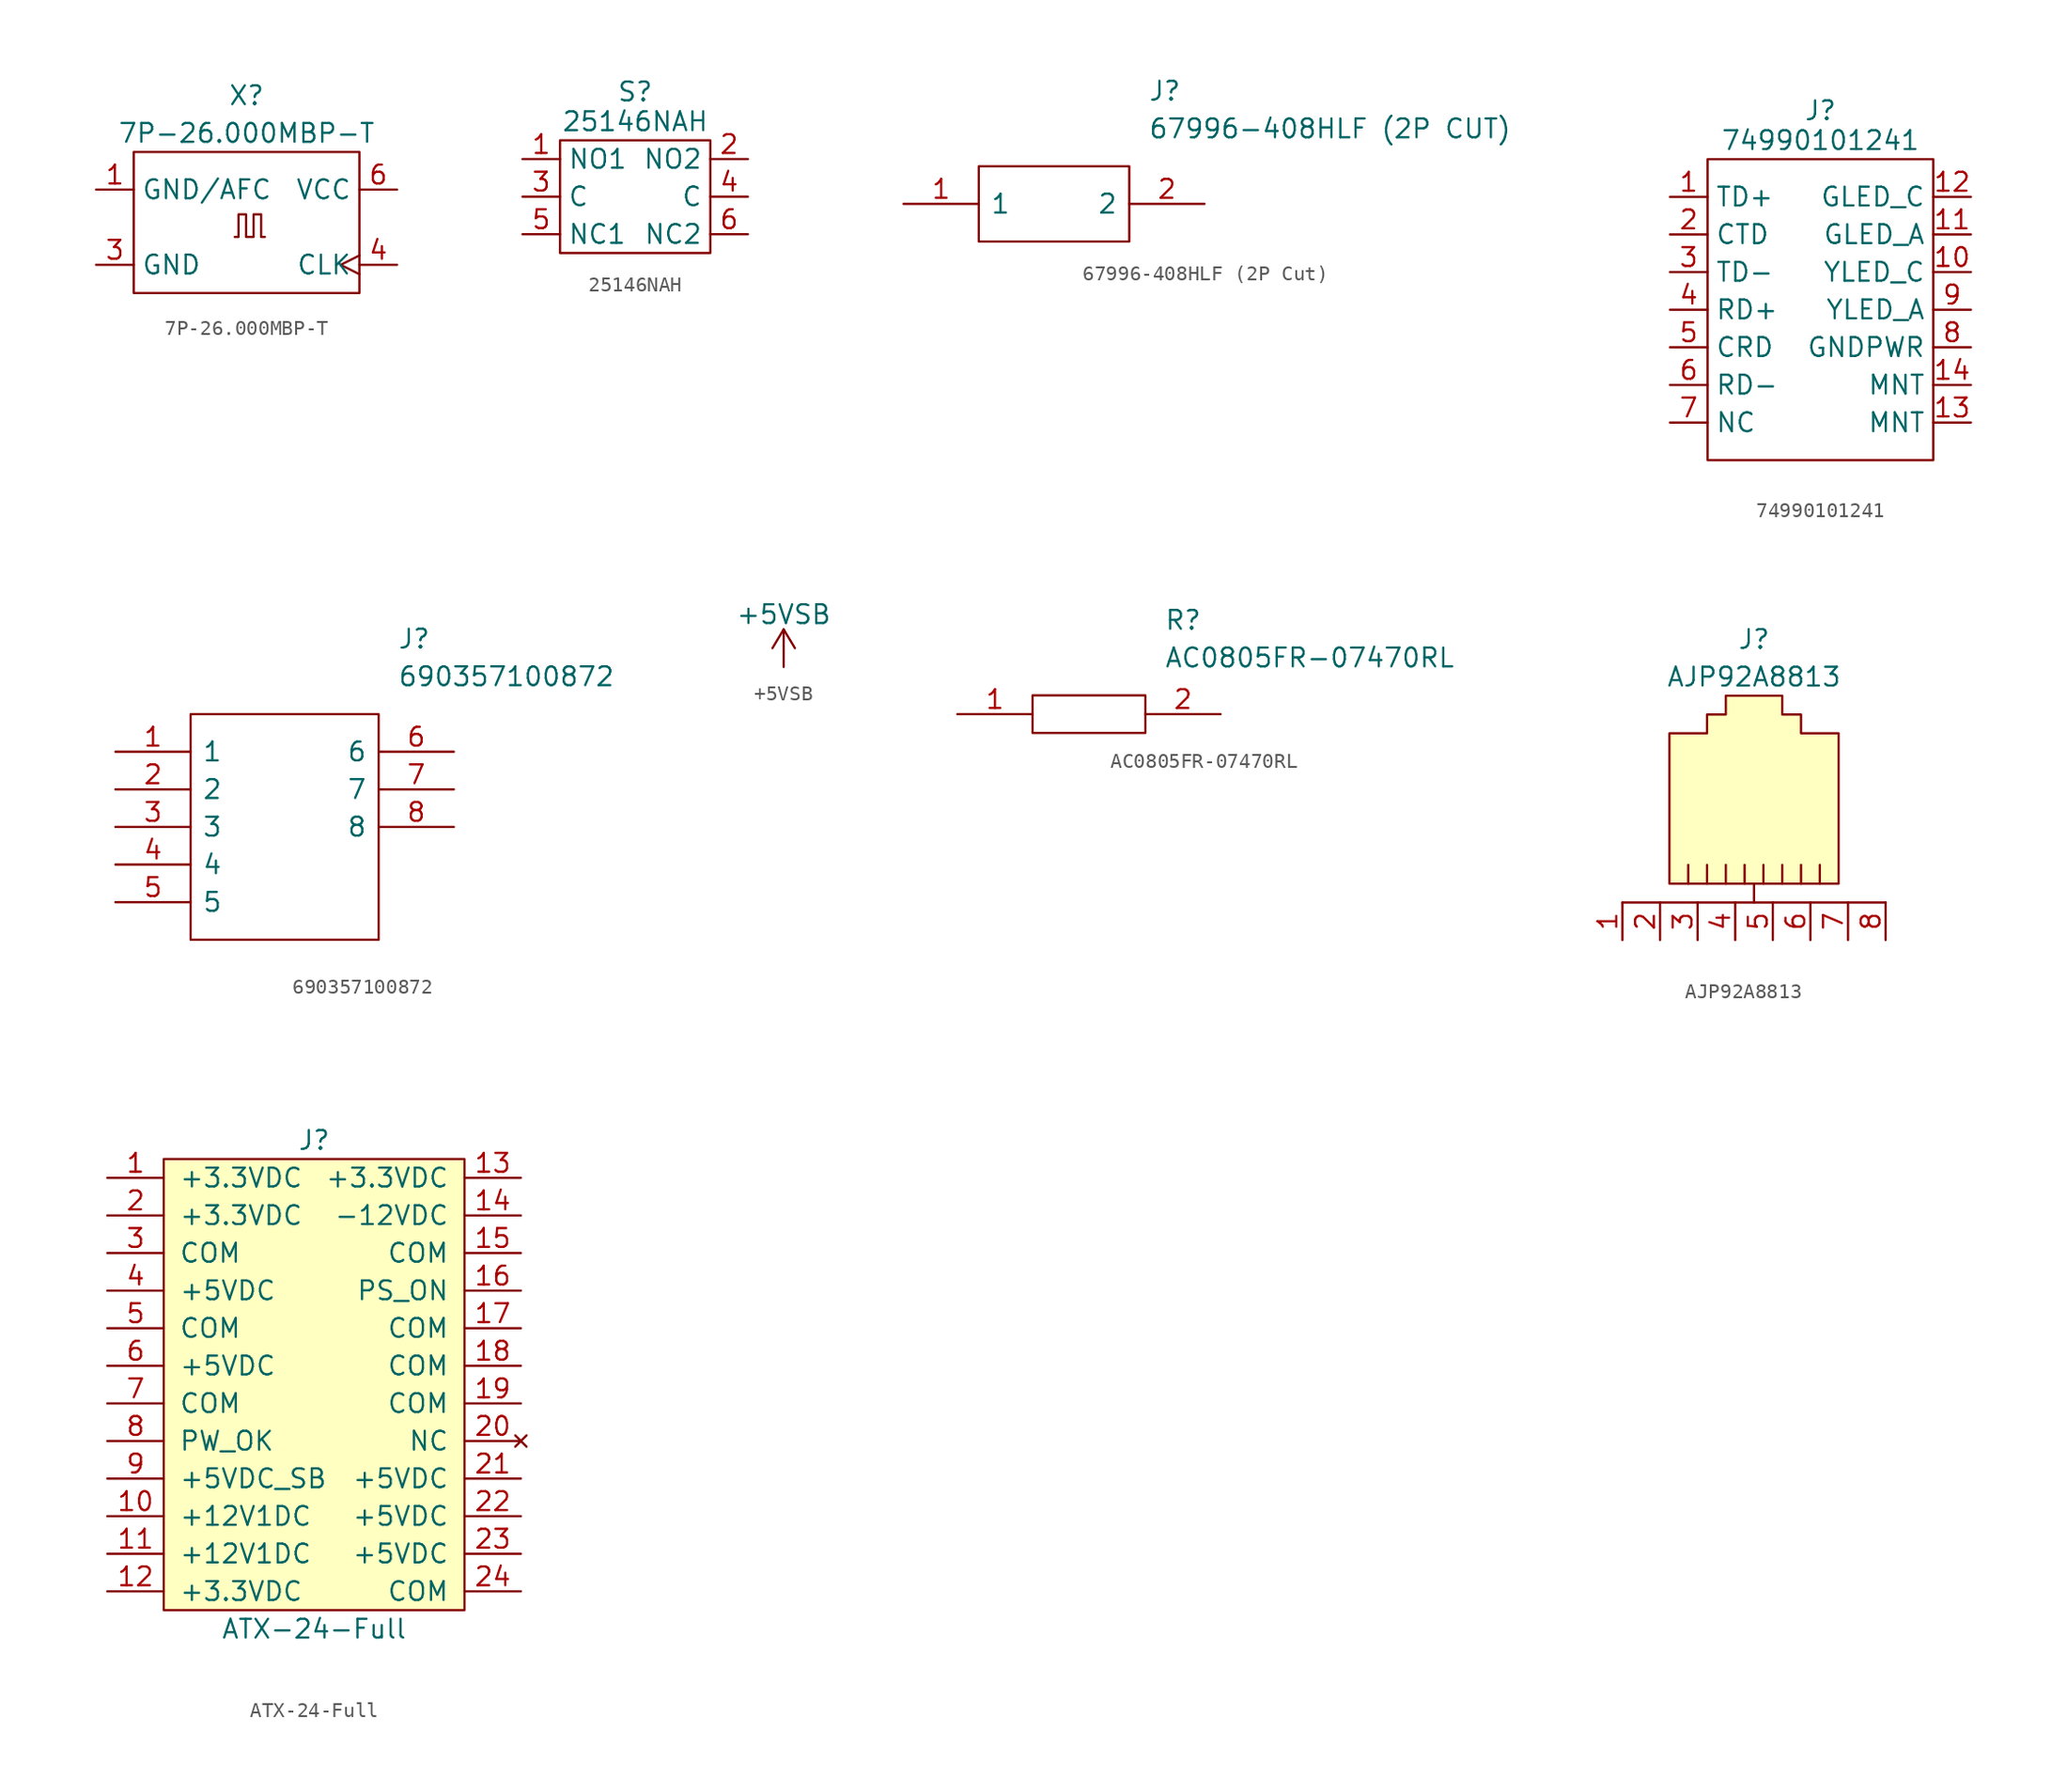
<source format=kicad_sym>
(kicad_symbol_lib
  (version 20231120)
  (generator "kicad_symbol_editor")
  (generator_version "8.0")
  (symbol "7P-26.000MBP-T"
    (property "Reference" "X"
      (at 10.16 3.81 0)
      (effects (font (size 1.27 1.27))))
    (property "Value" "7P-26.000MBP-T"
      (at 10.16 1.27 0)
      (effects (font (size 1.27 1.27))))
    (symbol "7P-26.000MBP-T_0_1"
      (polyline (pts (xy 9.363 -5.736) (xy 9.617 -5.736) (xy 9.617 -4.212) (xy 10.125 -4.212) (xy 10.125 -5.736) (xy 10.633 -5.736) (xy 10.633 -4.212) (xy 11.141 -4.212) (xy 11.141 -5.736) (xy 11.395 -5.736)) (stroke (width 0) (type default)) (fill (type none)))
      (rectangle (start 2.54 0) (end 17.78 -9.525) (stroke (width 0) (type default)) (fill (type none))))
    (symbol "7P-26.000MBP-T_1_1"
      (pin power_out line (at 0 -2.54 0) (length 2.54) (name "GND/AFC" (effects (font (size 1.27 1.27)))) (number "1" (effects (font (size 1.27 1.27)))))
      (pin power_out line (at 0 -7.62 0) (length 2.54) (name "GND" (effects (font (size 1.27 1.27)))) (number "3" (effects (font (size 1.27 1.27)))))
      (pin output clock (at 20.32 -7.62 180) (length 2.54) (name "CLK" (effects (font (size 1.27 1.27)))) (number "4" (effects (font (size 1.27 1.27)))))
      (pin power_in line (at 20.32 -2.54 180) (length 2.54) (name "VCC" (effects (font (size 1.27 1.27)))) (number "6" (effects (font (size 1.27 1.27)))))))
  (symbol "25146NAH"
    (property "Reference" "S"
      (at 7.62 3.81 0)
      (effects (font (size 1.27 1.27)) (justify bottom)))
    (property "Value" "25146NAH"
      (at 7.62 2.54 0)
      (effects (font (size 1.27 1.27))))
    (symbol "25146NAH_0_1"
      (rectangle (start 2.54 1.27) (end 12.7 -6.35) (stroke (width 0) (type default)) (fill (type none))))
    (symbol "25146NAH_1_1"
      (pin passive line (at 0 0 0) (length 2.54) (name "NO1" (effects (font (size 1.27 1.27)))) (number "1" (effects (font (size 1.27 1.27)))))
      (pin passive line (at 15.24 0 180) (length 2.54) (name "NO2" (effects (font (size 1.27 1.27)))) (number "2" (effects (font (size 1.27 1.27)))))
      (pin passive line (at 0 -2.54 0) (length 2.54) (name "C" (effects (font (size 1.27 1.27)))) (number "3" (effects (font (size 1.27 1.27)))))
      (pin passive line (at 15.24 -2.54 180) (length 2.54) (name "C" (effects (font (size 1.27 1.27)))) (number "4" (effects (font (size 1.27 1.27)))))
      (pin passive line (at 0 -5.08 0) (length 2.54) (name "NC1" (effects (font (size 1.27 1.27)))) (number "5" (effects (font (size 1.27 1.27)))))
      (pin passive line (at 15.24 -5.08 180) (length 2.54) (name "NC2" (effects (font (size 1.27 1.27)))) (number "6" (effects (font (size 1.27 1.27)))))))
  (symbol "67996-408HLF (2P Cut)"
    (pin_names
      (offset 0.762))
    (property "Reference" "J"
      (at 16.51 7.62 0)
      (effects (font (size 1.27 1.27)) (justify left)))
    (property "Value" "67996-408HLF (2P CUT)"
      (at 16.51 5.08 0)
      (effects (font (size 1.27 1.27)) (justify left)))
    (symbol "67996-408HLF (2P Cut)_0_0"
      (pin passive line (at 0 0 0) (length 5.08) (name "1" (effects (font (size 1.27 1.27)))) (number "1" (effects (font (size 1.27 1.27)))))
      (pin passive line (at 20.32 0 180) (length 5.08) (name "2" (effects (font (size 1.27 1.27)))) (number "2" (effects (font (size 1.27 1.27))))))
    (symbol "67996-408HLF (2P Cut)_0_1"
      (polyline (pts (xy 5.08 2.54) (xy 15.24 2.54) (xy 15.24 -2.54) (xy 5.08 -2.54) (xy 5.08 2.54)) (stroke (width 0.152) (type solid)) (fill (type none)))))
  (symbol "74990101241"
    (property "Reference" "J"
      (at 10.16 2.54 0)
      (effects (font (size 1.27 1.27)) (justify bottom)))
    (property "Value" "74990101241"
      (at 10.16 1.27 0)
      (effects (font (size 1.27 1.27))))
    (symbol "74990101241_0_0"
      (pin unspecified line (at 0 -2.54 0) (length 2.54) (name "TD+" (effects (font (size 1.27 1.27)))) (number "1" (effects (font (size 1.27 1.27)))))
      (pin unspecified line (at 20.32 -7.62 180) (length 2.54) (name "YLED_C" (effects (font (size 1.27 1.27)))) (number "10" (effects (font (size 1.27 1.27)))))
      (pin unspecified line (at 20.32 -5.08 180) (length 2.54) (name "GLED_A" (effects (font (size 1.27 1.27)))) (number "11" (effects (font (size 1.27 1.27)))))
      (pin unspecified line (at 20.32 -2.54 180) (length 2.54) (name "GLED_C" (effects (font (size 1.27 1.27)))) (number "12" (effects (font (size 1.27 1.27)))))
      (pin unspecified line (at 20.32 -17.78 180) (length 2.54) (name "MNT" (effects (font (size 1.27 1.27)))) (number "13" (effects (font (size 1.27 1.27)))))
      (pin unspecified line (at 20.32 -15.24 180) (length 2.54) (name "MNT" (effects (font (size 1.27 1.27)))) (number "14" (effects (font (size 1.27 1.27)))))
      (pin unspecified line (at 0 -5.08 0) (length 2.54) (name "CTD" (effects (font (size 1.27 1.27)))) (number "2" (effects (font (size 1.27 1.27)))))
      (pin unspecified line (at 0 -7.62 0) (length 2.54) (name "TD-" (effects (font (size 1.27 1.27)))) (number "3" (effects (font (size 1.27 1.27)))))
      (pin unspecified line (at 0 -10.16 0) (length 2.54) (name "RD+" (effects (font (size 1.27 1.27)))) (number "4" (effects (font (size 1.27 1.27)))))
      (pin unspecified line (at 0 -12.7 0) (length 2.54) (name "CRD" (effects (font (size 1.27 1.27)))) (number "5" (effects (font (size 1.27 1.27)))))
      (pin unspecified line (at 0 -15.24 0) (length 2.54) (name "RD-" (effects (font (size 1.27 1.27)))) (number "6" (effects (font (size 1.27 1.27)))))
      (pin unspecified line (at 0 -17.78 0) (length 2.54) (name "NC" (effects (font (size 1.27 1.27)))) (number "7" (effects (font (size 1.27 1.27)))))
      (pin unspecified line (at 20.32 -12.7 180) (length 2.54) (name "GNDPWR" (effects (font (size 1.27 1.27)))) (number "8" (effects (font (size 1.27 1.27)))))
      (pin unspecified line (at 20.32 -10.16 180) (length 2.54) (name "YLED_A" (effects (font (size 1.27 1.27)))) (number "9" (effects (font (size 1.27 1.27))))))
    (symbol "74990101241_0_1"
      (rectangle (start 2.54 0) (end 17.78 -20.32) (stroke (width 0) (type default)) (fill (type none)))))
  (symbol "690357100872"
    (pin_names
      (offset 0.762))
    (property "Reference" "J"
      (at 19.05 7.62 0)
      (effects (font (size 1.27 1.27)) (justify left)))
    (property "Value" "690357100872"
      (at 19.05 5.08 0)
      (effects (font (size 1.27 1.27)) (justify left)))
    (symbol "690357100872_0_0"
      (pin passive line (at 0 0 0) (length 5.08) (name "1" (effects (font (size 1.27 1.27)))) (number "1" (effects (font (size 1.27 1.27)))))
      (pin passive line (at 0 -2.54 0) (length 5.08) (name "2" (effects (font (size 1.27 1.27)))) (number "2" (effects (font (size 1.27 1.27)))))
      (pin passive line (at 0 -5.08 0) (length 5.08) (name "3" (effects (font (size 1.27 1.27)))) (number "3" (effects (font (size 1.27 1.27)))))
      (pin passive line (at 0 -7.62 0) (length 5.08) (name "4" (effects (font (size 1.27 1.27)))) (number "4" (effects (font (size 1.27 1.27)))))
      (pin passive line (at 0 -10.16 0) (length 5.08) (name "5" (effects (font (size 1.27 1.27)))) (number "5" (effects (font (size 1.27 1.27)))))
      (pin passive line (at 22.86 0 180) (length 5.08) (name "6" (effects (font (size 1.27 1.27)))) (number "6" (effects (font (size 1.27 1.27)))))
      (pin passive line (at 22.86 -2.54 180) (length 5.08) (name "7" (effects (font (size 1.27 1.27)))) (number "7" (effects (font (size 1.27 1.27)))))
      (pin passive line (at 22.86 -5.08 180) (length 5.08) (name "8" (effects (font (size 1.27 1.27)))) (number "8" (effects (font (size 1.27 1.27))))))
    (symbol "690357100872_0_1"
      (polyline (pts (xy 5.08 2.54) (xy 17.78 2.54) (xy 17.78 -12.7) (xy 5.08 -12.7) (xy 5.08 2.54)) (stroke (width 0.152) (type solid)) (fill (type none)))))
  (symbol "+5VSB"
    (power)
    (pin_names
      (offset 0))
    (property "Reference" "#PWR"
      (at 0 -3.81 0)
      (effects (font (size 1.27 1.27)) (hide yes)))
    (property "Value" "+5VSB"
      (at 0 3.556 0)
      (effects (font (size 1.27 1.27))))
    (symbol "+5VSB_0_1"
      (polyline (pts (xy -0.762 1.27) (xy 0 2.54)) (stroke (width 0) (type default)) (fill (type none)))
      (polyline (pts (xy 0 0) (xy 0 2.54)) (stroke (width 0) (type default)) (fill (type none)))
      (polyline (pts (xy 0 2.54) (xy 0.762 1.27)) (stroke (width 0) (type default)) (fill (type none))))
    (symbol "+5VSB_1_1"
      (pin power_in line (at 0 0 90) (length 0) hide (name "+5VSB" (effects (font (size 1.27 1.27)))) (number "1" (effects (font (size 1.27 1.27)))))))
  (symbol "AC0805FR-07470RL"
    (pin_names
      (offset 0.762))
    (property "Reference" "R"
      (at 13.97 6.35 0)
      (effects (font (size 1.27 1.27)) (justify left)))
    (property "Value" "AC0805FR-07470RL"
      (at 13.97 3.81 0)
      (effects (font (size 1.27 1.27)) (justify left)))
    (symbol "AC0805FR-07470RL_0_0"
      (pin passive line (at 0 0 0) (length 5.08) (name "~" (effects (font (size 1.27 1.27)))) (number "1" (effects (font (size 1.27 1.27)))))
      (pin passive line (at 17.78 0 180) (length 5.08) (name "~" (effects (font (size 1.27 1.27)))) (number "2" (effects (font (size 1.27 1.27))))))
    (symbol "AC0805FR-07470RL_0_1"
      (polyline (pts (xy 5.08 1.27) (xy 12.7 1.27) (xy 12.7 -1.27) (xy 5.08 -1.27) (xy 5.08 1.27)) (stroke (width 0.152) (type solid)) (fill (type none)))))
  (symbol "AJP92A8813"
    (pin_names
      (offset 1.016) hide)
    (property "Reference" "J"
      (at 0 11.43 0)
      (effects (font (size 1.27 1.27))))
    (property "Value" "AJP92A8813"
      (at 0 8.89 0)
      (effects (font (size 1.27 1.27))))
    (symbol "AJP92A8813_0_1"
      (polyline (pts (xy -4.445 -3.81) (xy -4.445 -5.08)) (stroke (width 0) (type default)) (fill (type none)))
      (polyline (pts (xy -3.175 -3.81) (xy -3.175 -5.08)) (stroke (width 0) (type default)) (fill (type none)))
      (polyline (pts (xy 0 -6.35) (xy -8.89 -6.35)) (stroke (width 0) (type default)) (fill (type none)))
      (polyline (pts (xy -1.905 -3.81) (xy -1.905 -5.08) (xy -1.905 -5.08)) (stroke (width 0) (type default)) (fill (type none)))
      (polyline (pts (xy -0.635 -5.08) (xy -0.635 -3.81) (xy -0.635 -3.81)) (stroke (width 0) (type default)) (fill (type none)))
      (polyline (pts (xy 0 -5.08) (xy 0 -6.35) (xy 8.89 -6.35)) (stroke (width 0) (type default)) (fill (type none)))
      (polyline (pts (xy 0.635 -5.08) (xy 0.635 -3.81) (xy 0.635 -3.81)) (stroke (width 0) (type default)) (fill (type none)))
      (polyline (pts (xy 1.905 -5.08) (xy 1.905 -3.81) (xy 1.905 -3.81)) (stroke (width 0) (type default)) (fill (type none)))
      (polyline (pts (xy 3.175 -5.08) (xy 3.175 -3.81) (xy 3.175 -3.81)) (stroke (width 0) (type default)) (fill (type none)))
      (polyline (pts (xy 4.445 -5.08) (xy 4.445 -3.81) (xy 4.445 -3.81)) (stroke (width 0) (type default)) (fill (type none)))
      (polyline (pts (xy 5.715 -5.08) (xy -5.715 -5.08) (xy -5.715 5.08) (xy -3.175 5.08) (xy -3.175 6.35) (xy -1.905 6.35) (xy -1.905 7.62) (xy 1.905 7.62) (xy 1.905 6.35) (xy 3.175 6.35) (xy 3.175 5.08) (xy 5.715 5.08) (xy 5.715 -5.08) (xy 5.715 -5.08)) (stroke (width 0) (type default)) (fill (type background))))
    (symbol "AJP92A8813_1_1"
      (pin passive line (at -8.89 -8.89 90) (length 2.54) (name "~" (effects (font (size 1.27 1.27)))) (number "1" (effects (font (size 1.27 1.27)))))
      (pin passive line (at -6.35 -8.89 90) (length 2.54) (name "~" (effects (font (size 1.27 1.27)))) (number "2" (effects (font (size 1.27 1.27)))))
      (pin passive line (at -3.81 -8.89 90) (length 2.54) (name "~" (effects (font (size 1.27 1.27)))) (number "3" (effects (font (size 1.27 1.27)))))
      (pin passive line (at -1.27 -8.89 90) (length 2.54) (name "~" (effects (font (size 1.27 1.27)))) (number "4" (effects (font (size 1.27 1.27)))))
      (pin passive line (at 1.27 -8.89 90) (length 2.54) (name "~" (effects (font (size 1.27 1.27)))) (number "5" (effects (font (size 1.27 1.27)))))
      (pin passive line (at 3.81 -8.89 90) (length 2.54) (name "~" (effects (font (size 1.27 1.27)))) (number "6" (effects (font (size 1.27 1.27)))))
      (pin passive line (at 6.35 -8.89 90) (length 2.54) (name "~" (effects (font (size 1.27 1.27)))) (number "7" (effects (font (size 1.27 1.27)))))
      (pin passive line (at 8.89 -8.89 90) (length 2.54) (name "~" (effects (font (size 1.27 1.27)))) (number "8" (effects (font (size 1.27 1.27)))))))
  (symbol "ATX-24-Full"
    (pin_names
      (offset 1.016))
    (property "Reference" "J"
      (at 0 0 0)
      (effects (font (size 1.27 1.27))))
    (property "Value" "ATX-24-Full"
      (at 0 -33.02 0)
      (effects (font (size 1.27 1.27))))
    (symbol "ATX-24-Full_0_1"
      (rectangle (start -10.16 -1.27) (end 10.16 -31.75) (stroke (width 0) (type solid)) (fill (type background))))
    (symbol "ATX-24-Full_1_1"
      (pin power_out line (at -13.97 -2.54 0) (length 3.81) (name "+3.3VDC" (effects (font (size 1.27 1.27)))) (number "1" (effects (font (size 1.27 1.27)))))
      (pin power_out line (at -13.97 -25.4 0) (length 3.81) (name "+12V1DC" (effects (font (size 1.27 1.27)))) (number "10" (effects (font (size 1.27 1.27)))))
      (pin power_out line (at -13.97 -27.94 0) (length 3.81) (name "+12V1DC" (effects (font (size 1.27 1.27)))) (number "11" (effects (font (size 1.27 1.27)))))
      (pin power_out line (at -13.97 -30.48 0) (length 3.81) (name "+3.3VDC" (effects (font (size 1.27 1.27)))) (number "12" (effects (font (size 1.27 1.27)))))
      (pin power_out line (at 13.97 -2.54 180) (length 3.81) (name "+3.3VDC" (effects (font (size 1.27 1.27)))) (number "13" (effects (font (size 1.27 1.27)))))
      (pin power_out line (at 13.97 -5.08 180) (length 3.81) (name "-12VDC" (effects (font (size 1.27 1.27)))) (number "14" (effects (font (size 1.27 1.27)))))
      (pin power_in line (at 13.97 -7.62 180) (length 3.81) (name "COM" (effects (font (size 1.27 1.27)))) (number "15" (effects (font (size 1.27 1.27)))))
      (pin input line (at 13.97 -10.16 180) (length 3.81) (name "PS_ON" (effects (font (size 1.27 1.27)))) (number "16" (effects (font (size 1.27 1.27)))))
      (pin power_in line (at 13.97 -12.7 180) (length 3.81) (name "COM" (effects (font (size 1.27 1.27)))) (number "17" (effects (font (size 1.27 1.27)))))
      (pin power_in line (at 13.97 -15.24 180) (length 3.81) (name "COM" (effects (font (size 1.27 1.27)))) (number "18" (effects (font (size 1.27 1.27)))))
      (pin power_in line (at 13.97 -17.78 180) (length 3.81) (name "COM" (effects (font (size 1.27 1.27)))) (number "19" (effects (font (size 1.27 1.27)))))
      (pin power_out line (at -13.97 -5.08 0) (length 3.81) (name "+3.3VDC" (effects (font (size 1.27 1.27)))) (number "2" (effects (font (size 1.27 1.27)))))
      (pin no_connect line (at 13.97 -20.32 180) (length 3.81) (name "NC" (effects (font (size 1.27 1.27)))) (number "20" (effects (font (size 1.27 1.27)))))
      (pin power_out line (at 13.97 -22.86 180) (length 3.81) (name "+5VDC" (effects (font (size 1.27 1.27)))) (number "21" (effects (font (size 1.27 1.27)))))
      (pin power_out line (at 13.97 -25.4 180) (length 3.81) (name "+5VDC" (effects (font (size 1.27 1.27)))) (number "22" (effects (font (size 1.27 1.27)))))
      (pin power_out line (at 13.97 -27.94 180) (length 3.81) (name "+5VDC" (effects (font (size 1.27 1.27)))) (number "23" (effects (font (size 1.27 1.27)))))
      (pin power_in line (at 13.97 -30.48 180) (length 3.81) (name "COM" (effects (font (size 1.27 1.27)))) (number "24" (effects (font (size 1.27 1.27)))))
      (pin power_in line (at -13.97 -7.62 0) (length 3.81) (name "COM" (effects (font (size 1.27 1.27)))) (number "3" (effects (font (size 1.27 1.27)))))
      (pin power_out line (at -13.97 -10.16 0) (length 3.81) (name "+5VDC" (effects (font (size 1.27 1.27)))) (number "4" (effects (font (size 1.27 1.27)))))
      (pin power_in line (at -13.97 -12.7 0) (length 3.81) (name "COM" (effects (font (size 1.27 1.27)))) (number "5" (effects (font (size 1.27 1.27)))))
      (pin power_out line (at -13.97 -15.24 0) (length 3.81) (name "+5VDC" (effects (font (size 1.27 1.27)))) (number "6" (effects (font (size 1.27 1.27)))))
      (pin power_in line (at -13.97 -17.78 0) (length 3.81) (name "COM" (effects (font (size 1.27 1.27)))) (number "7" (effects (font (size 1.27 1.27)))))
      (pin output line (at -13.97 -20.32 0) (length 3.81) (name "PW_OK" (effects (font (size 1.27 1.27)))) (number "8" (effects (font (size 1.27 1.27)))))
      (pin power_out line (at -13.97 -22.86 0) (length 3.81) (name "+5VDC_SB" (effects (font (size 1.27 1.27)))) (number "9" (effects (font (size 1.27 1.27))))))))
</source>
